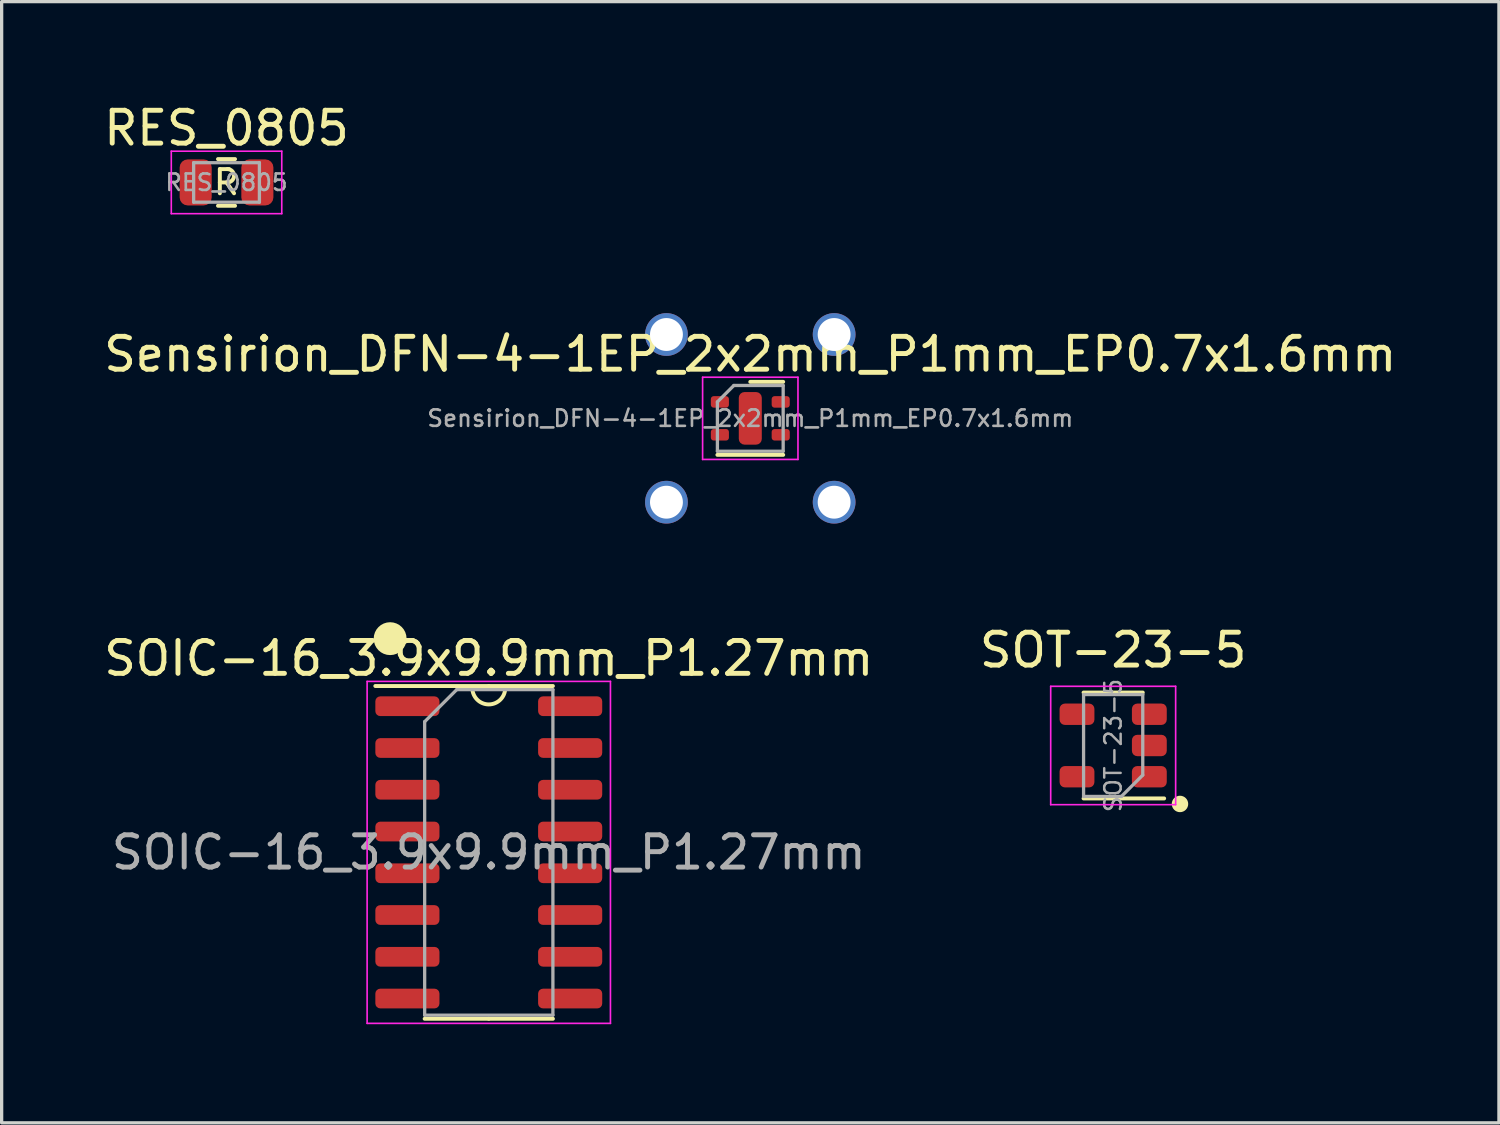
<source format=kicad_pcb>
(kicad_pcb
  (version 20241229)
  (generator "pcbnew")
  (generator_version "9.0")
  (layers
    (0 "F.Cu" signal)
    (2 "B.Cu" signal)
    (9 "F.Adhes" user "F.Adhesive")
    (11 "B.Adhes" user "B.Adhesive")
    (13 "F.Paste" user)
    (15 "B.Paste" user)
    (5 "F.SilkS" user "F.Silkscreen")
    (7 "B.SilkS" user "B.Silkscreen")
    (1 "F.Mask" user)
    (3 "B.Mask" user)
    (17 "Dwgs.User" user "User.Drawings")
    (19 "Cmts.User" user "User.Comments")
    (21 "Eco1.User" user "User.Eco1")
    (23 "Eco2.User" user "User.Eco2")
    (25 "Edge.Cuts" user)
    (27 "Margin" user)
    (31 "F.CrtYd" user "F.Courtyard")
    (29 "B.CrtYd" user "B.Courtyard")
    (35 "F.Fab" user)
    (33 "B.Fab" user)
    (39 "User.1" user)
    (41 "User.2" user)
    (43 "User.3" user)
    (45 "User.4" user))
  (footprint "Sensirion_DFN-4-1EP_2x2mm_P1mm_EP0.7x1.6mm"
    (layer "F.Cu")
    (at 19.768 9.673)
    (property "Reference" "Sensirion_DFN-4-1EP_2x2mm_P1mm_EP0.7x1.6mm" (at 0 -1.95 0) (layer "F.SilkS") (effects (font (size 1 1) (thickness 0.15))))
    (attr smd)
    (fp_line (start -1 1.11) (end 1 1.11) (stroke (width 0.12) (type solid)) (layer "F.SilkS"))
    (fp_line (start 0 -1.11) (end 1 -1.11) (stroke (width 0.12) (type solid)) (layer "F.SilkS"))
    (fp_line (start -1.45 -1.25) (end -1.45 1.25) (stroke (width 0.05) (type solid)) (layer "F.CrtYd"))
    (fp_line (start -1.45 1.25) (end 1.45 1.25) (stroke (width 0.05) (type solid)) (layer "F.CrtYd"))
    (fp_line (start 1.45 -1.25) (end -1.45 -1.25) (stroke (width 0.05) (type solid)) (layer "F.CrtYd"))
    (fp_line (start 1.45 1.25) (end 1.45 -1.25) (stroke (width 0.05) (type solid)) (layer "F.CrtYd"))
    (fp_line (start -1 -0.5) (end -0.5 -1) (stroke (width 0.1) (type solid)) (layer "F.Fab"))
    (fp_line (start -1 1) (end -1 -0.5) (stroke (width 0.1) (type solid)) (layer "F.Fab"))
    (fp_line (start -0.5 -1) (end 1 -1) (stroke (width 0.1) (type solid)) (layer "F.Fab"))
    (fp_line (start 1 -1) (end 1 1) (stroke (width 0.1) (type solid)) (layer "F.Fab"))
    (fp_line (start 1 1) (end -1 1) (stroke (width 0.1) (type solid)) (layer "F.Fab"))
    (fp_text user "${REFERENCE}" (at 0 0 0) (layer "F.Fab") (effects (font (size 0.5 0.5) (thickness 0.08))))
    (pad "" smd roundrect (at -1.025 -0.5) (size 0.55 0.35) (layers "F.Paste") (roundrect_rratio 0.25))
    (pad "" smd roundrect (at -1.025 0.5) (size 0.55 0.35) (layers "F.Paste") (roundrect_rratio 0.25))
    (pad "" smd roundrect (at 0 0) (size 0.5 1.4) (layers "F.Paste") (roundrect_rratio 0.25))
    (pad "" smd roundrect (at 1.025 -0.5 180) (size 0.55 0.35) (layers "F.Paste") (roundrect_rratio 0.25))
    (pad "" smd roundrect (at 1.025 0.5 180) (size 0.55 0.35) (layers "F.Paste") (roundrect_rratio 0.25))
    (pad "1" smd roundrect (at -0.925 -0.5) (size 0.55 0.35) (layers "F.Cu" "F.Mask") (roundrect_rratio 0.25))
    (pad "2" smd roundrect (at -0.925 0.5) (size 0.55 0.35) (layers "F.Cu" "F.Mask") (roundrect_rratio 0.25))
    (pad "3" smd roundrect (at 0.925 0.5) (size 0.55 0.35) (layers "F.Cu" "F.Mask") (roundrect_rratio 0.25))
    (pad "4" smd roundrect (at 0.925 -0.5) (size 0.55 0.35) (layers "F.Cu" "F.Mask") (roundrect_rratio 0.25))
    (pad "5" smd roundrect (at 0 0) (size 0.7 1.6) (layers "F.Cu" "F.Mask") (roundrect_rratio 0.25))
    (pad "6" thru_hole circle (at -2.55 -2.55) (size 1.3 1.3) (drill 1) (layers "*.Cu" "*.Mask"))
    (pad "6" thru_hole circle (at -2.55 2.55) (size 1.3 1.3) (drill 1) (layers "*.Cu" "*.Mask"))
    (pad "6" thru_hole circle (at 2.55 -2.55) (size 1.3 1.3) (drill 1) (layers "*.Cu" "*.Mask"))
    (pad "6" thru_hole circle (at 2.55 2.55) (size 1.3 1.3) (drill 1) (layers "*.Cu" "*.Mask")))
  (footprint "RES_0805"
    (layer "F.Cu")
    (at 3.839 2.498)
    (property "Reference" "RES_0805" (at 0 -1.65 0) (layer "F.SilkS") (effects (font (size 1 1) (thickness 0.15))))
    (attr smd)
    (fp_line (start -0.259 -0.71) (end 0.259 -0.71) (stroke (width 0.12) (type solid)) (layer "F.SilkS"))
    (fp_line (start -0.259 0.71) (end 0.259 0.71) (stroke (width 0.12) (type solid)) (layer "F.SilkS"))
    (fp_line (start -0.203 -0.406) (end 0.076 -0.406) (stroke (width 0.12) (type solid)) (layer "F.SilkS"))
    (fp_line (start -0.203 0) (end 0.025 0) (stroke (width 0.12) (type solid)) (layer "F.SilkS"))
    (fp_line (start -0.203 0.33) (end -0.203 -0.406) (stroke (width 0.12) (type solid)) (layer "F.SilkS"))
    (fp_line (start 0.229 0.33) (end 0 0) (stroke (width 0.12) (type solid)) (layer "F.SilkS"))
    (fp_arc (start 0.0254 -0.4064) (mid 0.2286 -0.2032) (end 0.0254 0) (stroke (width 0.12) (type solid)) (layer "F.SilkS"))
    (fp_line (start -1.68 -0.95) (end 1.68 -0.95) (stroke (width 0.05) (type solid)) (layer "F.CrtYd"))
    (fp_line (start -1.68 0.95) (end -1.68 -0.95) (stroke (width 0.05) (type solid)) (layer "F.CrtYd"))
    (fp_line (start 1.68 -0.95) (end 1.68 0.95) (stroke (width 0.05) (type solid)) (layer "F.CrtYd"))
    (fp_line (start 1.68 0.95) (end -1.68 0.95) (stroke (width 0.05) (type solid)) (layer "F.CrtYd"))
    (fp_line (start -1 -0.6) (end 1 -0.6) (stroke (width 0.1) (type solid)) (layer "F.Fab"))
    (fp_line (start -1 0.6) (end -1 -0.6) (stroke (width 0.1) (type solid)) (layer "F.Fab"))
    (fp_line (start 1 -0.6) (end 1 0.6) (stroke (width 0.1) (type solid)) (layer "F.Fab"))
    (fp_line (start 1 0.6) (end -1 0.6) (stroke (width 0.1) (type solid)) (layer "F.Fab"))
    (fp_text user "${REFERENCE}" (at 0 0 0) (layer "F.Fab") (effects (font (size 0.5 0.5) (thickness 0.08))))
    (pad "1" smd roundrect (at -0.938 0) (size 0.975 1.4) (layers "F.Cu" "F.Mask" "F.Paste") (roundrect_rratio 0.25))
    (pad "2" smd roundrect (at 0.938 0) (size 0.975 1.4) (layers "F.Cu" "F.Mask" "F.Paste") (roundrect_rratio 0.25)))
  (footprint "SOT-23-5"
    (layer "F.Cu")
    (at 30.804 19.622)
    (property "Reference" "SOT-23-5" (at 0 -2.9 0) (layer "F.SilkS") (effects (font (size 1 1) (thickness 0.15))))
    (attr smd)
    (fp_line (start -0.9 1.61) (end 1.55 1.61) (stroke (width 0.12) (type solid)) (layer "F.SilkS"))
    (fp_line (start 0.9 -1.61) (end -0.9 -1.61) (stroke (width 0.12) (type solid)) (layer "F.SilkS"))
    (fp_circle (center 2.032 1.778) (end 1.907 1.778) (stroke (width 0.25) (type solid)) (fill no) (layer "F.SilkS"))
    (fp_line (start -1.9 -1.8) (end 1.9 -1.8) (stroke (width 0.05) (type solid)) (layer "F.CrtYd"))
    (fp_line (start -1.9 1.8) (end -1.9 -1.8) (stroke (width 0.05) (type solid)) (layer "F.CrtYd"))
    (fp_line (start 1.9 -1.8) (end 1.9 1.8) (stroke (width 0.05) (type solid)) (layer "F.CrtYd"))
    (fp_line (start 1.9 1.8) (end -1.9 1.8) (stroke (width 0.05) (type solid)) (layer "F.CrtYd"))
    (fp_line (start -0.9 -1.55) (end 0.9 -1.55) (stroke (width 0.1) (type solid)) (layer "F.Fab"))
    (fp_line (start -0.9 1.55) (end -0.9 -1.55) (stroke (width 0.1) (type solid)) (layer "F.Fab"))
    (fp_line (start -0.9 1.55) (end 0.25 1.55) (stroke (width 0.1) (type solid)) (layer "F.Fab"))
    (fp_line (start 0.9 0.9) (end 0.25 1.55) (stroke (width 0.1) (type solid)) (layer "F.Fab"))
    (fp_line (start 0.9 0.9) (end 0.9 -1.55) (stroke (width 0.1) (type solid)) (layer "F.Fab"))
    (fp_text user "${REFERENCE}" (at 0 0 270) (layer "F.Fab") (effects (font (size 0.5 0.5) (thickness 0.075))))
    (pad "1" smd roundrect (at 1.1 0.95 180) (size 1.06 0.65) (layers "F.Cu" "F.Mask" "F.Paste") (roundrect_rratio 0.25))
    (pad "2" smd roundrect (at 1.1 0 180) (size 1.06 0.65) (layers "F.Cu" "F.Mask" "F.Paste") (roundrect_rratio 0.25))
    (pad "3" smd roundrect (at 1.1 -0.95 180) (size 1.06 0.65) (layers "F.Cu" "F.Mask" "F.Paste") (roundrect_rratio 0.25))
    (pad "4" smd roundrect (at -1.1 -0.95 180) (size 1.06 0.65) (layers "F.Cu" "F.Mask" "F.Paste") (roundrect_rratio 0.25))
    (pad "5" smd roundrect (at -1.1 0.95 180) (size 1.06 0.65) (layers "F.Cu" "F.Mask" "F.Paste") (roundrect_rratio 0.25)))
  (footprint "SOIC-16_3.9x9.9mm_P1.27mm"
    (layer "F.Cu")
    (at 11.815 22.873)
    (property "Reference" "SOIC-16_3.9x9.9mm_P1.27mm" (at 0 -5.9 0) (layer "F.SilkS") (effects (font (size 1 1) (thickness 0.15))))
    (attr smd)
    (fp_line (start 0 -5.06) (end -3.45 -5.06) (stroke (width 0.12) (type solid)) (layer "F.SilkS"))
    (fp_line (start 0 -5.06) (end 1.95 -5.06) (stroke (width 0.12) (type solid)) (layer "F.SilkS"))
    (fp_line (start 0 5.06) (end -1.95 5.06) (stroke (width 0.12) (type solid)) (layer "F.SilkS"))
    (fp_line (start 0 5.06) (end 1.95 5.06) (stroke (width 0.12) (type solid)) (layer "F.SilkS"))
    (fp_arc (start 0.5 -5) (mid 0 -4.5) (end -0.5 -5) (stroke (width 0.12) (type solid)) (layer "F.SilkS"))
    (fp_circle (center -3 -6.5) (end -2.75 -6.5) (stroke (width 0.5) (type solid)) (fill no) (layer "F.SilkS"))
    (fp_line (start -3.7 -5.2) (end -3.7 5.2) (stroke (width 0.05) (type solid)) (layer "F.CrtYd"))
    (fp_line (start -3.7 5.2) (end 3.7 5.2) (stroke (width 0.05) (type solid)) (layer "F.CrtYd"))
    (fp_line (start 3.7 -5.2) (end -3.7 -5.2) (stroke (width 0.05) (type solid)) (layer "F.CrtYd"))
    (fp_line (start 3.7 5.2) (end 3.7 -5.2) (stroke (width 0.05) (type solid)) (layer "F.CrtYd"))
    (fp_line (start -1.95 -3.975) (end -0.975 -4.95) (stroke (width 0.1) (type solid)) (layer "F.Fab"))
    (fp_line (start -1.95 4.95) (end -1.95 -3.975) (stroke (width 0.1) (type solid)) (layer "F.Fab"))
    (fp_line (start -0.975 -4.95) (end 1.95 -4.95) (stroke (width 0.1) (type solid)) (layer "F.Fab"))
    (fp_line (start 1.95 -4.95) (end 1.95 4.95) (stroke (width 0.1) (type solid)) (layer "F.Fab"))
    (fp_line (start 1.95 4.95) (end -1.95 4.95) (stroke (width 0.1) (type solid)) (layer "F.Fab"))
    (fp_text user "${REFERENCE}" (at 0 0 0) (layer "F.Fab") (effects (font (size 0.98 0.98) (thickness 0.15))))
    (pad "1" smd roundrect (at -2.475 -4.445) (size 1.95 0.6) (layers "F.Cu" "F.Mask" "F.Paste") (roundrect_rratio 0.25))
    (pad "2" smd roundrect (at -2.475 -3.175) (size 1.95 0.6) (layers "F.Cu" "F.Mask" "F.Paste") (roundrect_rratio 0.25))
    (pad "3" smd roundrect (at -2.475 -1.905) (size 1.95 0.6) (layers "F.Cu" "F.Mask" "F.Paste") (roundrect_rratio 0.25))
    (pad "4" smd roundrect (at -2.475 -0.635) (size 1.95 0.6) (layers "F.Cu" "F.Mask" "F.Paste") (roundrect_rratio 0.25))
    (pad "5" smd roundrect (at -2.475 0.635) (size 1.95 0.6) (layers "F.Cu" "F.Mask" "F.Paste") (roundrect_rratio 0.25))
    (pad "6" smd roundrect (at -2.475 1.905) (size 1.95 0.6) (layers "F.Cu" "F.Mask" "F.Paste") (roundrect_rratio 0.25))
    (pad "7" smd roundrect (at -2.475 3.175) (size 1.95 0.6) (layers "F.Cu" "F.Mask" "F.Paste") (roundrect_rratio 0.25))
    (pad "8" smd roundrect (at -2.475 4.445) (size 1.95 0.6) (layers "F.Cu" "F.Mask" "F.Paste") (roundrect_rratio 0.25))
    (pad "9" smd roundrect (at 2.475 4.445) (size 1.95 0.6) (layers "F.Cu" "F.Mask" "F.Paste") (roundrect_rratio 0.25))
    (pad "10" smd roundrect (at 2.475 3.175) (size 1.95 0.6) (layers "F.Cu" "F.Mask" "F.Paste") (roundrect_rratio 0.25))
    (pad "11" smd roundrect (at 2.475 1.905) (size 1.95 0.6) (layers "F.Cu" "F.Mask" "F.Paste") (roundrect_rratio 0.25))
    (pad "12" smd roundrect (at 2.475 0.635) (size 1.95 0.6) (layers "F.Cu" "F.Mask" "F.Paste") (roundrect_rratio 0.25))
    (pad "13" smd roundrect (at 2.475 -0.635) (size 1.95 0.6) (layers "F.Cu" "F.Mask" "F.Paste") (roundrect_rratio 0.25))
    (pad "14" smd roundrect (at 2.475 -1.905) (size 1.95 0.6) (layers "F.Cu" "F.Mask" "F.Paste") (roundrect_rratio 0.25))
    (pad "15" smd roundrect (at 2.475 -3.175) (size 1.95 0.6) (layers "F.Cu" "F.Mask" "F.Paste") (roundrect_rratio 0.25))
    (pad "16" smd roundrect (at 2.475 -4.445) (size 1.95 0.6) (layers "F.Cu" "F.Mask" "F.Paste") (roundrect_rratio 0.25)))
  (gr_rect
    (start -3 -3)
    (end 42.536 31.098)
    (stroke (width 0.1) (type default))
    (fill no)
    (layer "Edge.Cuts")))
</source>
